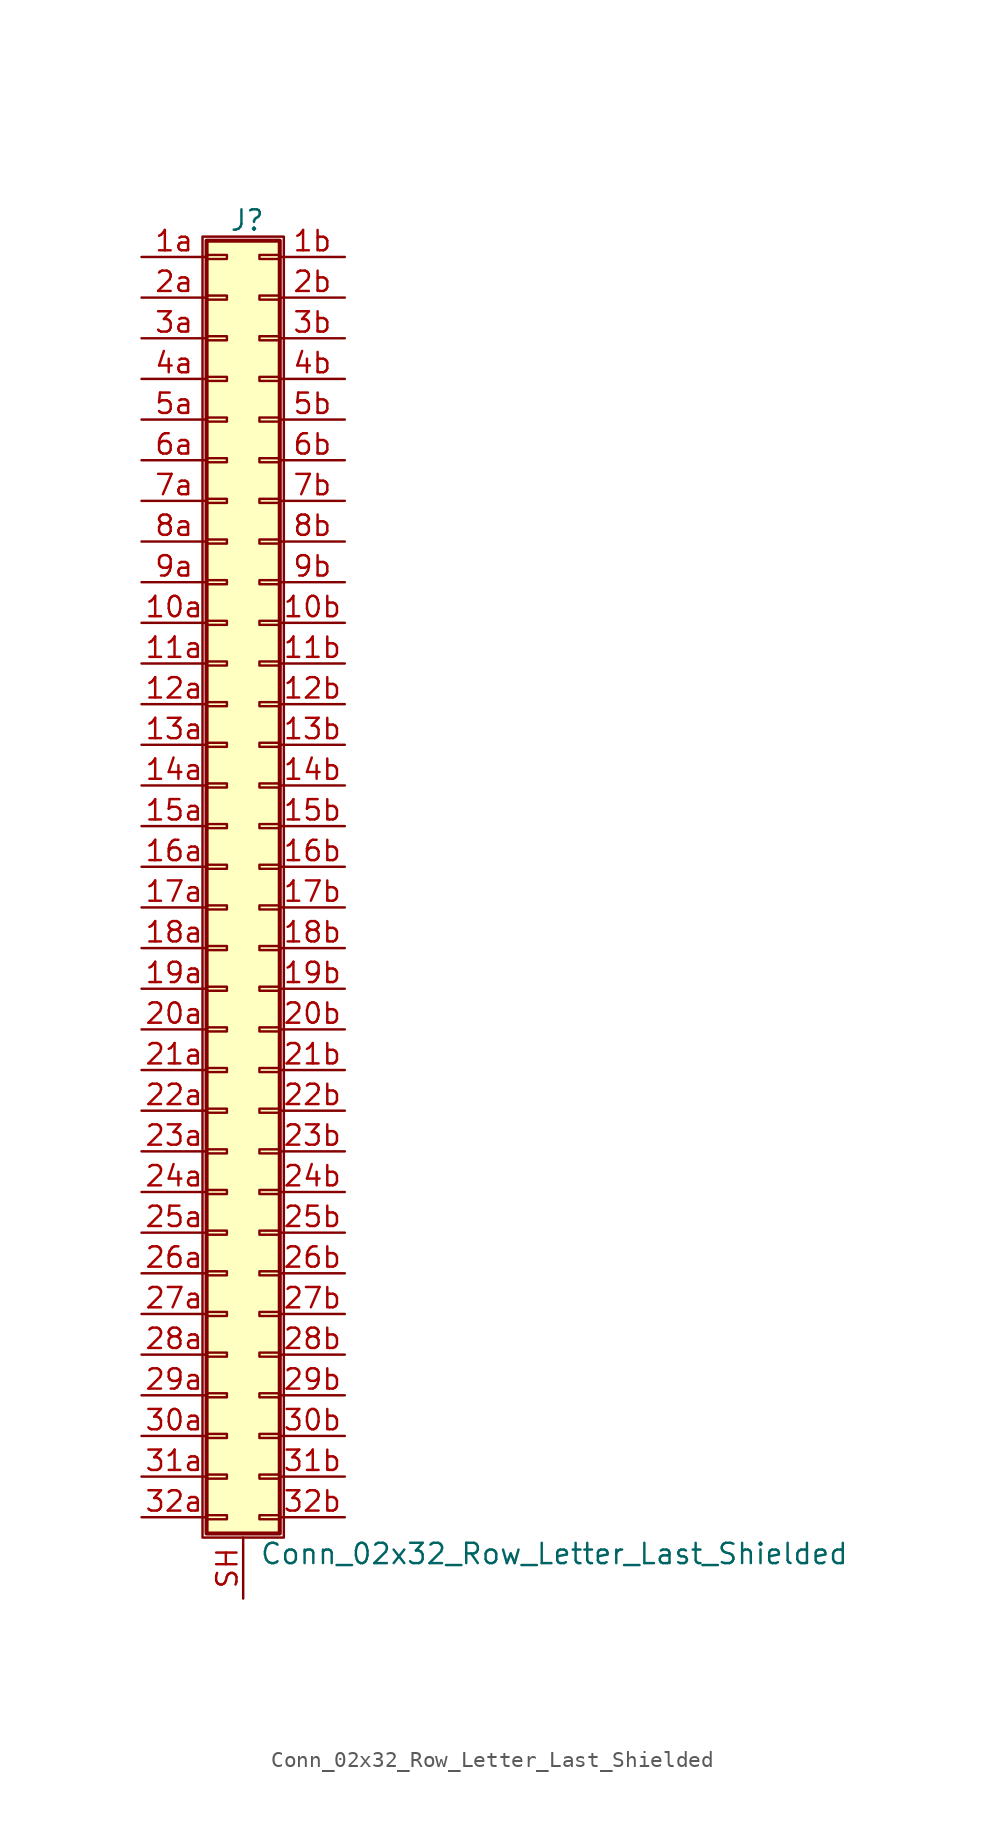
<source format=kicad_sym>
(kicad_symbol_lib
  (version 20220914)
  (generator kicad_symbol_editor)
  (symbol "Conn_02x32_Row_Letter_Last_Shielded"
    (pin_names
      (offset 1.016) hide)
    (property "Reference" "J"
      (at 1.524 40.386 0)
      (effects (font (size 1.27 1.27))))
    (property "Value" "Conn_02x32_Row_Letter_Last_Shielded"
      (at 2.286 -42.926 0)
      (effects (font (size 1.27 1.27)) (justify left)))
    (symbol "Conn_02x32_Row_Letter_Last_Shielded_1_1"
      (rectangle (start -1.27 39.37) (end 3.81 -41.91) (stroke (width 0.152) (type default)) (fill (type none)))
      (rectangle (start -1.016 -40.513) (end 0.254 -40.767) (stroke (width 0.152) (type default)) (fill (type none)))
      (rectangle (start -1.016 -37.973) (end 0.254 -38.227) (stroke (width 0.152) (type default)) (fill (type none)))
      (rectangle (start -1.016 -35.433) (end 0.254 -35.687) (stroke (width 0.152) (type default)) (fill (type none)))
      (rectangle (start -1.016 -32.893) (end 0.254 -33.147) (stroke (width 0.152) (type default)) (fill (type none)))
      (rectangle (start -1.016 -30.353) (end 0.254 -30.607) (stroke (width 0.152) (type default)) (fill (type none)))
      (rectangle (start -1.016 -27.813) (end 0.254 -28.067) (stroke (width 0.152) (type default)) (fill (type none)))
      (rectangle (start -1.016 -25.273) (end 0.254 -25.527) (stroke (width 0.152) (type default)) (fill (type none)))
      (rectangle (start -1.016 -22.733) (end 0.254 -22.987) (stroke (width 0.152) (type default)) (fill (type none)))
      (rectangle (start -1.016 -20.193) (end 0.254 -20.447) (stroke (width 0.152) (type default)) (fill (type none)))
      (rectangle (start -1.016 -17.653) (end 0.254 -17.907) (stroke (width 0.152) (type default)) (fill (type none)))
      (rectangle (start -1.016 -15.113) (end 0.254 -15.367) (stroke (width 0.152) (type default)) (fill (type none)))
      (rectangle (start -1.016 -12.573) (end 0.254 -12.827) (stroke (width 0.152) (type default)) (fill (type none)))
      (rectangle (start -1.016 -10.033) (end 0.254 -10.287) (stroke (width 0.152) (type default)) (fill (type none)))
      (rectangle (start -1.016 -7.493) (end 0.254 -7.747) (stroke (width 0.152) (type default)) (fill (type none)))
      (rectangle (start -1.016 -4.953) (end 0.254 -5.207) (stroke (width 0.152) (type default)) (fill (type none)))
      (rectangle (start -1.016 -2.413) (end 0.254 -2.667) (stroke (width 0.152) (type default)) (fill (type none)))
      (rectangle (start -1.016 0.127) (end 0.254 -0.127) (stroke (width 0.152) (type default)) (fill (type none)))
      (rectangle (start -1.016 2.667) (end 0.254 2.413) (stroke (width 0.152) (type default)) (fill (type none)))
      (rectangle (start -1.016 5.207) (end 0.254 4.953) (stroke (width 0.152) (type default)) (fill (type none)))
      (rectangle (start -1.016 7.747) (end 0.254 7.493) (stroke (width 0.152) (type default)) (fill (type none)))
      (rectangle (start -1.016 10.287) (end 0.254 10.033) (stroke (width 0.152) (type default)) (fill (type none)))
      (rectangle (start -1.016 12.827) (end 0.254 12.573) (stroke (width 0.152) (type default)) (fill (type none)))
      (rectangle (start -1.016 15.367) (end 0.254 15.113) (stroke (width 0.152) (type default)) (fill (type none)))
      (rectangle (start -1.016 17.907) (end 0.254 17.653) (stroke (width 0.152) (type default)) (fill (type none)))
      (rectangle (start -1.016 20.447) (end 0.254 20.193) (stroke (width 0.152) (type default)) (fill (type none)))
      (rectangle (start -1.016 22.987) (end 0.254 22.733) (stroke (width 0.152) (type default)) (fill (type none)))
      (rectangle (start -1.016 25.527) (end 0.254 25.273) (stroke (width 0.152) (type default)) (fill (type none)))
      (rectangle (start -1.016 28.067) (end 0.254 27.813) (stroke (width 0.152) (type default)) (fill (type none)))
      (rectangle (start -1.016 30.607) (end 0.254 30.353) (stroke (width 0.152) (type default)) (fill (type none)))
      (rectangle (start -1.016 33.147) (end 0.254 32.893) (stroke (width 0.152) (type default)) (fill (type none)))
      (rectangle (start -1.016 35.687) (end 0.254 35.433) (stroke (width 0.152) (type default)) (fill (type none)))
      (rectangle (start -1.016 38.227) (end 0.254 37.973) (stroke (width 0.152) (type default)) (fill (type none)))
      (rectangle (start -1.016 39.116) (end 3.556 -41.656) (stroke (width 0.254) (type default)) (fill (type background)))
      (rectangle (start 3.556 -40.513) (end 2.286 -40.767) (stroke (width 0.152) (type default)) (fill (type none)))
      (rectangle (start 3.556 -37.973) (end 2.286 -38.227) (stroke (width 0.152) (type default)) (fill (type none)))
      (rectangle (start 3.556 -35.433) (end 2.286 -35.687) (stroke (width 0.152) (type default)) (fill (type none)))
      (rectangle (start 3.556 -32.893) (end 2.286 -33.147) (stroke (width 0.152) (type default)) (fill (type none)))
      (rectangle (start 3.556 -30.353) (end 2.286 -30.607) (stroke (width 0.152) (type default)) (fill (type none)))
      (rectangle (start 3.556 -27.813) (end 2.286 -28.067) (stroke (width 0.152) (type default)) (fill (type none)))
      (rectangle (start 3.556 -25.273) (end 2.286 -25.527) (stroke (width 0.152) (type default)) (fill (type none)))
      (rectangle (start 3.556 -22.733) (end 2.286 -22.987) (stroke (width 0.152) (type default)) (fill (type none)))
      (rectangle (start 3.556 -20.193) (end 2.286 -20.447) (stroke (width 0.152) (type default)) (fill (type none)))
      (rectangle (start 3.556 -17.653) (end 2.286 -17.907) (stroke (width 0.152) (type default)) (fill (type none)))
      (rectangle (start 3.556 -15.113) (end 2.286 -15.367) (stroke (width 0.152) (type default)) (fill (type none)))
      (rectangle (start 3.556 -12.573) (end 2.286 -12.827) (stroke (width 0.152) (type default)) (fill (type none)))
      (rectangle (start 3.556 -10.033) (end 2.286 -10.287) (stroke (width 0.152) (type default)) (fill (type none)))
      (rectangle (start 3.556 -7.493) (end 2.286 -7.747) (stroke (width 0.152) (type default)) (fill (type none)))
      (rectangle (start 3.556 -4.953) (end 2.286 -5.207) (stroke (width 0.152) (type default)) (fill (type none)))
      (rectangle (start 3.556 -2.413) (end 2.286 -2.667) (stroke (width 0.152) (type default)) (fill (type none)))
      (rectangle (start 3.556 0.127) (end 2.286 -0.127) (stroke (width 0.152) (type default)) (fill (type none)))
      (rectangle (start 3.556 2.667) (end 2.286 2.413) (stroke (width 0.152) (type default)) (fill (type none)))
      (rectangle (start 3.556 5.207) (end 2.286 4.953) (stroke (width 0.152) (type default)) (fill (type none)))
      (rectangle (start 3.556 7.747) (end 2.286 7.493) (stroke (width 0.152) (type default)) (fill (type none)))
      (rectangle (start 3.556 10.287) (end 2.286 10.033) (stroke (width 0.152) (type default)) (fill (type none)))
      (rectangle (start 3.556 12.827) (end 2.286 12.573) (stroke (width 0.152) (type default)) (fill (type none)))
      (rectangle (start 3.556 15.367) (end 2.286 15.113) (stroke (width 0.152) (type default)) (fill (type none)))
      (rectangle (start 3.556 17.907) (end 2.286 17.653) (stroke (width 0.152) (type default)) (fill (type none)))
      (rectangle (start 3.556 20.447) (end 2.286 20.193) (stroke (width 0.152) (type default)) (fill (type none)))
      (rectangle (start 3.556 22.987) (end 2.286 22.733) (stroke (width 0.152) (type default)) (fill (type none)))
      (rectangle (start 3.556 25.527) (end 2.286 25.273) (stroke (width 0.152) (type default)) (fill (type none)))
      (rectangle (start 3.556 28.067) (end 2.286 27.813) (stroke (width 0.152) (type default)) (fill (type none)))
      (rectangle (start 3.556 30.607) (end 2.286 30.353) (stroke (width 0.152) (type default)) (fill (type none)))
      (rectangle (start 3.556 33.147) (end 2.286 32.893) (stroke (width 0.152) (type default)) (fill (type none)))
      (rectangle (start 3.556 35.687) (end 2.286 35.433) (stroke (width 0.152) (type default)) (fill (type none)))
      (rectangle (start 3.556 38.227) (end 2.286 37.973) (stroke (width 0.152) (type default)) (fill (type none)))
      (pin passive line (at -5.08 15.24 0) (length 4.064) (name "Pin_10a" (effects (font (size 1.27 1.27)))) (number "10a" (effects (font (size 1.27 1.27)))))
      (pin passive line (at 7.62 15.24 180) (length 4.064) (name "Pin_10b" (effects (font (size 1.27 1.27)))) (number "10b" (effects (font (size 1.27 1.27)))))
      (pin passive line (at -5.08 12.7 0) (length 4.064) (name "Pin_11a" (effects (font (size 1.27 1.27)))) (number "11a" (effects (font (size 1.27 1.27)))))
      (pin passive line (at 7.62 12.7 180) (length 4.064) (name "Pin_11b" (effects (font (size 1.27 1.27)))) (number "11b" (effects (font (size 1.27 1.27)))))
      (pin passive line (at -5.08 10.16 0) (length 4.064) (name "Pin_12a" (effects (font (size 1.27 1.27)))) (number "12a" (effects (font (size 1.27 1.27)))))
      (pin passive line (at 7.62 10.16 180) (length 4.064) (name "Pin_12b" (effects (font (size 1.27 1.27)))) (number "12b" (effects (font (size 1.27 1.27)))))
      (pin passive line (at -5.08 7.62 0) (length 4.064) (name "Pin_13a" (effects (font (size 1.27 1.27)))) (number "13a" (effects (font (size 1.27 1.27)))))
      (pin passive line (at 7.62 7.62 180) (length 4.064) (name "Pin_13b" (effects (font (size 1.27 1.27)))) (number "13b" (effects (font (size 1.27 1.27)))))
      (pin passive line (at -5.08 5.08 0) (length 4.064) (name "Pin_14a" (effects (font (size 1.27 1.27)))) (number "14a" (effects (font (size 1.27 1.27)))))
      (pin passive line (at 7.62 5.08 180) (length 4.064) (name "Pin_14b" (effects (font (size 1.27 1.27)))) (number "14b" (effects (font (size 1.27 1.27)))))
      (pin passive line (at -5.08 2.54 0) (length 4.064) (name "Pin_15a" (effects (font (size 1.27 1.27)))) (number "15a" (effects (font (size 1.27 1.27)))))
      (pin passive line (at 7.62 2.54 180) (length 4.064) (name "Pin_15b" (effects (font (size 1.27 1.27)))) (number "15b" (effects (font (size 1.27 1.27)))))
      (pin passive line (at -5.08 0 0) (length 4.064) (name "Pin_16a" (effects (font (size 1.27 1.27)))) (number "16a" (effects (font (size 1.27 1.27)))))
      (pin passive line (at 7.62 0 180) (length 4.064) (name "Pin_16b" (effects (font (size 1.27 1.27)))) (number "16b" (effects (font (size 1.27 1.27)))))
      (pin passive line (at -5.08 -2.54 0) (length 4.064) (name "Pin_17a" (effects (font (size 1.27 1.27)))) (number "17a" (effects (font (size 1.27 1.27)))))
      (pin passive line (at 7.62 -2.54 180) (length 4.064) (name "Pin_17b" (effects (font (size 1.27 1.27)))) (number "17b" (effects (font (size 1.27 1.27)))))
      (pin passive line (at -5.08 -5.08 0) (length 4.064) (name "Pin_18a" (effects (font (size 1.27 1.27)))) (number "18a" (effects (font (size 1.27 1.27)))))
      (pin passive line (at 7.62 -5.08 180) (length 4.064) (name "Pin_18b" (effects (font (size 1.27 1.27)))) (number "18b" (effects (font (size 1.27 1.27)))))
      (pin passive line (at -5.08 -7.62 0) (length 4.064) (name "Pin_19a" (effects (font (size 1.27 1.27)))) (number "19a" (effects (font (size 1.27 1.27)))))
      (pin passive line (at 7.62 -7.62 180) (length 4.064) (name "Pin_19b" (effects (font (size 1.27 1.27)))) (number "19b" (effects (font (size 1.27 1.27)))))
      (pin passive line (at -5.08 38.1 0) (length 4.064) (name "Pin_1a" (effects (font (size 1.27 1.27)))) (number "1a" (effects (font (size 1.27 1.27)))))
      (pin passive line (at 7.62 38.1 180) (length 4.064) (name "Pin_1b" (effects (font (size 1.27 1.27)))) (number "1b" (effects (font (size 1.27 1.27)))))
      (pin passive line (at -5.08 -10.16 0) (length 4.064) (name "Pin_20a" (effects (font (size 1.27 1.27)))) (number "20a" (effects (font (size 1.27 1.27)))))
      (pin passive line (at 7.62 -10.16 180) (length 4.064) (name "Pin_20b" (effects (font (size 1.27 1.27)))) (number "20b" (effects (font (size 1.27 1.27)))))
      (pin passive line (at -5.08 -12.7 0) (length 4.064) (name "Pin_21a" (effects (font (size 1.27 1.27)))) (number "21a" (effects (font (size 1.27 1.27)))))
      (pin passive line (at 7.62 -12.7 180) (length 4.064) (name "Pin_21b" (effects (font (size 1.27 1.27)))) (number "21b" (effects (font (size 1.27 1.27)))))
      (pin passive line (at -5.08 -15.24 0) (length 4.064) (name "Pin_22a" (effects (font (size 1.27 1.27)))) (number "22a" (effects (font (size 1.27 1.27)))))
      (pin passive line (at 7.62 -15.24 180) (length 4.064) (name "Pin_22b" (effects (font (size 1.27 1.27)))) (number "22b" (effects (font (size 1.27 1.27)))))
      (pin passive line (at -5.08 -17.78 0) (length 4.064) (name "Pin_23a" (effects (font (size 1.27 1.27)))) (number "23a" (effects (font (size 1.27 1.27)))))
      (pin passive line (at 7.62 -17.78 180) (length 4.064) (name "Pin_23b" (effects (font (size 1.27 1.27)))) (number "23b" (effects (font (size 1.27 1.27)))))
      (pin passive line (at -5.08 -20.32 0) (length 4.064) (name "Pin_24a" (effects (font (size 1.27 1.27)))) (number "24a" (effects (font (size 1.27 1.27)))))
      (pin passive line (at 7.62 -20.32 180) (length 4.064) (name "Pin_24b" (effects (font (size 1.27 1.27)))) (number "24b" (effects (font (size 1.27 1.27)))))
      (pin passive line (at -5.08 -22.86 0) (length 4.064) (name "Pin_25a" (effects (font (size 1.27 1.27)))) (number "25a" (effects (font (size 1.27 1.27)))))
      (pin passive line (at 7.62 -22.86 180) (length 4.064) (name "Pin_25b" (effects (font (size 1.27 1.27)))) (number "25b" (effects (font (size 1.27 1.27)))))
      (pin passive line (at -5.08 -25.4 0) (length 4.064) (name "Pin_26a" (effects (font (size 1.27 1.27)))) (number "26a" (effects (font (size 1.27 1.27)))))
      (pin passive line (at 7.62 -25.4 180) (length 4.064) (name "Pin_26b" (effects (font (size 1.27 1.27)))) (number "26b" (effects (font (size 1.27 1.27)))))
      (pin passive line (at -5.08 -27.94 0) (length 4.064) (name "Pin_27a" (effects (font (size 1.27 1.27)))) (number "27a" (effects (font (size 1.27 1.27)))))
      (pin passive line (at 7.62 -27.94 180) (length 4.064) (name "Pin_27b" (effects (font (size 1.27 1.27)))) (number "27b" (effects (font (size 1.27 1.27)))))
      (pin passive line (at -5.08 -30.48 0) (length 4.064) (name "Pin_28a" (effects (font (size 1.27 1.27)))) (number "28a" (effects (font (size 1.27 1.27)))))
      (pin passive line (at 7.62 -30.48 180) (length 4.064) (name "Pin_28b" (effects (font (size 1.27 1.27)))) (number "28b" (effects (font (size 1.27 1.27)))))
      (pin passive line (at -5.08 -33.02 0) (length 4.064) (name "Pin_29a" (effects (font (size 1.27 1.27)))) (number "29a" (effects (font (size 1.27 1.27)))))
      (pin passive line (at 7.62 -33.02 180) (length 4.064) (name "Pin_29b" (effects (font (size 1.27 1.27)))) (number "29b" (effects (font (size 1.27 1.27)))))
      (pin passive line (at -5.08 35.56 0) (length 4.064) (name "Pin_2a" (effects (font (size 1.27 1.27)))) (number "2a" (effects (font (size 1.27 1.27)))))
      (pin passive line (at 7.62 35.56 180) (length 4.064) (name "Pin_2b" (effects (font (size 1.27 1.27)))) (number "2b" (effects (font (size 1.27 1.27)))))
      (pin passive line (at -5.08 -35.56 0) (length 4.064) (name "Pin_30a" (effects (font (size 1.27 1.27)))) (number "30a" (effects (font (size 1.27 1.27)))))
      (pin passive line (at 7.62 -35.56 180) (length 4.064) (name "Pin_30b" (effects (font (size 1.27 1.27)))) (number "30b" (effects (font (size 1.27 1.27)))))
      (pin passive line (at -5.08 -38.1 0) (length 4.064) (name "Pin_31a" (effects (font (size 1.27 1.27)))) (number "31a" (effects (font (size 1.27 1.27)))))
      (pin passive line (at 7.62 -38.1 180) (length 4.064) (name "Pin_31b" (effects (font (size 1.27 1.27)))) (number "31b" (effects (font (size 1.27 1.27)))))
      (pin passive line (at -5.08 -40.64 0) (length 4.064) (name "Pin_32a" (effects (font (size 1.27 1.27)))) (number "32a" (effects (font (size 1.27 1.27)))))
      (pin passive line (at 7.62 -40.64 180) (length 4.064) (name "Pin_32b" (effects (font (size 1.27 1.27)))) (number "32b" (effects (font (size 1.27 1.27)))))
      (pin passive line (at -5.08 33.02 0) (length 4.064) (name "Pin_3a" (effects (font (size 1.27 1.27)))) (number "3a" (effects (font (size 1.27 1.27)))))
      (pin passive line (at 7.62 33.02 180) (length 4.064) (name "Pin_3b" (effects (font (size 1.27 1.27)))) (number "3b" (effects (font (size 1.27 1.27)))))
      (pin passive line (at -5.08 30.48 0) (length 4.064) (name "Pin_4a" (effects (font (size 1.27 1.27)))) (number "4a" (effects (font (size 1.27 1.27)))))
      (pin passive line (at 7.62 30.48 180) (length 4.064) (name "Pin_4b" (effects (font (size 1.27 1.27)))) (number "4b" (effects (font (size 1.27 1.27)))))
      (pin passive line (at -5.08 27.94 0) (length 4.064) (name "Pin_5a" (effects (font (size 1.27 1.27)))) (number "5a" (effects (font (size 1.27 1.27)))))
      (pin passive line (at 7.62 27.94 180) (length 4.064) (name "Pin_5b" (effects (font (size 1.27 1.27)))) (number "5b" (effects (font (size 1.27 1.27)))))
      (pin passive line (at -5.08 25.4 0) (length 4.064) (name "Pin_6a" (effects (font (size 1.27 1.27)))) (number "6a" (effects (font (size 1.27 1.27)))))
      (pin passive line (at 7.62 25.4 180) (length 4.064) (name "Pin_6b" (effects (font (size 1.27 1.27)))) (number "6b" (effects (font (size 1.27 1.27)))))
      (pin passive line (at -5.08 22.86 0) (length 4.064) (name "Pin_7a" (effects (font (size 1.27 1.27)))) (number "7a" (effects (font (size 1.27 1.27)))))
      (pin passive line (at 7.62 22.86 180) (length 4.064) (name "Pin_7b" (effects (font (size 1.27 1.27)))) (number "7b" (effects (font (size 1.27 1.27)))))
      (pin passive line (at -5.08 20.32 0) (length 4.064) (name "Pin_8a" (effects (font (size 1.27 1.27)))) (number "8a" (effects (font (size 1.27 1.27)))))
      (pin passive line (at 7.62 20.32 180) (length 4.064) (name "Pin_8b" (effects (font (size 1.27 1.27)))) (number "8b" (effects (font (size 1.27 1.27)))))
      (pin passive line (at -5.08 17.78 0) (length 4.064) (name "Pin_9a" (effects (font (size 1.27 1.27)))) (number "9a" (effects (font (size 1.27 1.27)))))
      (pin passive line (at 7.62 17.78 180) (length 4.064) (name "Pin_9b" (effects (font (size 1.27 1.27)))) (number "9b" (effects (font (size 1.27 1.27)))))
      (pin passive line (at 1.27 -45.72 90) (length 3.81) (name "Shield" (effects (font (size 1.27 1.27)))) (number "SH" (effects (font (size 1.27 1.27))))))))
</source>
